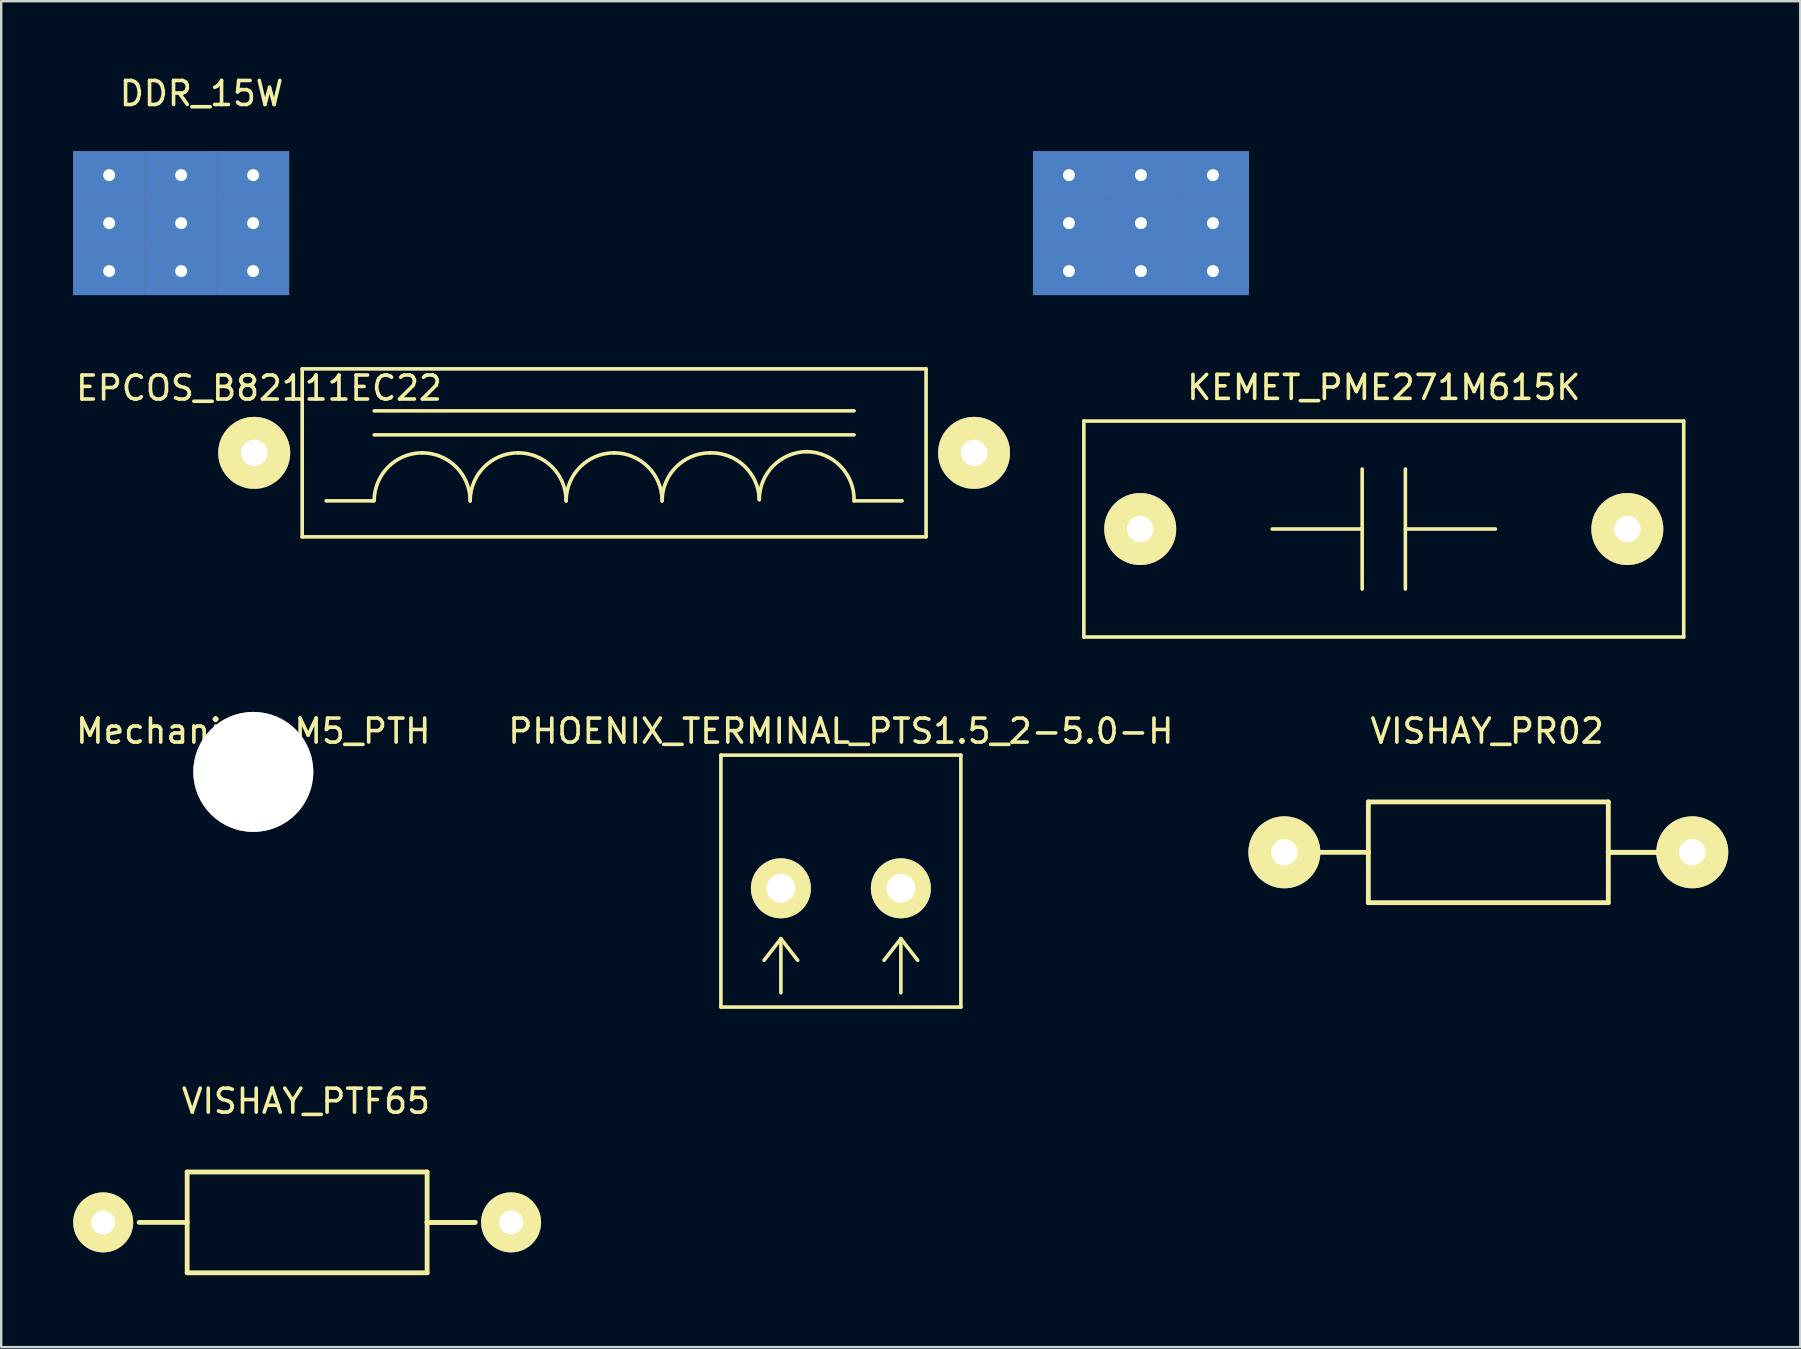
<source format=kicad_pcb>
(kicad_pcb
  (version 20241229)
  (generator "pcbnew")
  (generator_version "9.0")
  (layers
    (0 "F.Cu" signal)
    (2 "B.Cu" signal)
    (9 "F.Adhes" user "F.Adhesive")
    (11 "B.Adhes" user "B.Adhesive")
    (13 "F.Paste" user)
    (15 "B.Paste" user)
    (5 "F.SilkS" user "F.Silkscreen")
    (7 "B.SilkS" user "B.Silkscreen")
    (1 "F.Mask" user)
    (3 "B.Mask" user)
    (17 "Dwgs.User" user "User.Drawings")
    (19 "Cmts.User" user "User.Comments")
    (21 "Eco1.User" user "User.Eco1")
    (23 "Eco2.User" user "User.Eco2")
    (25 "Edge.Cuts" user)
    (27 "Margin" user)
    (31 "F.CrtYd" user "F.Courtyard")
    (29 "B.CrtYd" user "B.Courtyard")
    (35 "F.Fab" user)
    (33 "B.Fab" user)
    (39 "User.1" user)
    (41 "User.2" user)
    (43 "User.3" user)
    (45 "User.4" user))
  (footprint "DDR_15W"
    (layer "F.Cu")
    (at 24.5 6.248)
    (property "Reference" "DDR_15W" (at -19.15 -5.4 0) (layer "F.SilkS") (effects (font (size 1 1) (thickness 0.15))))
    (attr through_hole)
    (pad "" smd rect (at -20 0) (size 9 6) (layers "*.Paste" "*.Mask"))
    (pad "" smd rect (at 20 0) (size 9 6) (layers "*.Paste" "*.Mask"))
    (pad "1" thru_hole rect (at -23 -2) (size 3 2) (drill 0.5) (layers "*.Cu"))
    (pad "1" thru_hole rect (at -23 0) (size 3 2) (drill 0.5) (layers "*.Cu"))
    (pad "1" thru_hole rect (at -23 2) (size 3 2) (drill 0.5) (layers "*.Cu"))
    (pad "1" thru_hole rect (at -20 -2) (size 3 2) (drill 0.5) (layers "*.Cu"))
    (pad "1" thru_hole rect (at -20 0) (size 3 2) (drill 0.5) (layers "*.Cu"))
    (pad "1" thru_hole rect (at -20 2) (size 3 2) (drill 0.5) (layers "*.Cu"))
    (pad "1" thru_hole rect (at -17 -2) (size 3 2) (drill 0.5) (layers "*.Cu"))
    (pad "1" thru_hole rect (at -17 0) (size 3 2) (drill 0.5) (layers "*.Cu"))
    (pad "1" thru_hole rect (at -17 2) (size 3 2) (drill 0.5) (layers "*.Cu"))
    (pad "2" thru_hole rect (at 17 -2) (size 3 2) (drill 0.5) (layers "*.Cu"))
    (pad "2" thru_hole rect (at 17 0) (size 3 2) (drill 0.5) (layers "*.Cu"))
    (pad "2" thru_hole rect (at 17 2) (size 3 2) (drill 0.5) (layers "*.Cu"))
    (pad "2" thru_hole rect (at 20 -2) (size 3 2) (drill 0.5) (layers "*.Cu"))
    (pad "2" thru_hole rect (at 20 0) (size 3 2) (drill 0.5) (layers "*.Cu"))
    (pad "2" thru_hole rect (at 20 2) (size 3 2) (drill 0.5) (layers "*.Cu"))
    (pad "2" thru_hole rect (at 23 -2) (size 3 2) (drill 0.5) (layers "*.Cu"))
    (pad "2" thru_hole rect (at 23 0) (size 3 2) (drill 0.5) (layers "*.Cu"))
    (pad "2" thru_hole rect (at 23 2) (size 3 2) (drill 0.5) (layers "*.Cu")))
  (footprint "PHOENIX_TERMINAL_PTS1.5_2-5.0-H"
    (layer "F.Cu")
    (at 31.994 33.97)
    (property "Reference" "PHOENIX_TERMINAL_PTS1.5_2-5.0-H" (at 0 -6.55 0) (layer "F.SilkS") (effects (font (size 1 1) (thickness 0.15))))
    (attr through_hole)
    (fp_line (start -5 -5.55) (end 5 -5.55) (stroke (width 0.15) (type solid)) (layer "F.SilkS"))
    (fp_line (start -5 4.95) (end -5 -5.55) (stroke (width 0.15) (type solid)) (layer "F.SilkS"))
    (fp_line (start -2.5 2.1) (end -3.2 3) (stroke (width 0.15) (type solid)) (layer "F.SilkS"))
    (fp_line (start -2.5 2.1) (end -1.8 3) (stroke (width 0.15) (type solid)) (layer "F.SilkS"))
    (fp_line (start -2.5 4.35) (end -2.5 2.1) (stroke (width 0.15) (type solid)) (layer "F.SilkS"))
    (fp_line (start 2.5 2.1) (end 1.8 3) (stroke (width 0.15) (type solid)) (layer "F.SilkS"))
    (fp_line (start 2.5 2.1) (end 3.2 3) (stroke (width 0.15) (type solid)) (layer "F.SilkS"))
    (fp_line (start 2.5 4.35) (end 2.5 2.1) (stroke (width 0.15) (type solid)) (layer "F.SilkS"))
    (fp_line (start 5 -5.55) (end 5 4.95) (stroke (width 0.15) (type solid)) (layer "F.SilkS"))
    (fp_line (start 5 4.95) (end -5 4.95) (stroke (width 0.15) (type solid)) (layer "F.SilkS"))
    (pad "1" thru_hole circle (at 2.5 0) (size 2.5 2.5) (drill 1.2) (layers "*.Cu" "*.Mask" "F.SilkS"))
    (pad "2" thru_hole circle (at -2.5 0) (size 2.5 2.5) (drill 1.2) (layers "*.Cu" "*.Mask" "F.SilkS")))
  (footprint "VISHAY_PR02"
    (layer "F.Cu")
    (at 58.976 32.47)
    (property "Reference" "VISHAY_PR02" (at -0.05 -5.05 0) (layer "F.SilkS") (effects (font (size 1 1) (thickness 0.15))))
    (attr through_hole)
    (fp_line (start -7 0) (end -5 0) (stroke (width 0.2) (type solid)) (layer "F.SilkS"))
    (fp_line (start -5 -2.1) (end 5 -2.1) (stroke (width 0.2) (type solid)) (layer "F.SilkS"))
    (fp_line (start -5 0) (end -5 -2.1) (stroke (width 0.2) (type solid)) (layer "F.SilkS"))
    (fp_line (start -5 2.1) (end -5 0) (stroke (width 0.2) (type solid)) (layer "F.SilkS"))
    (fp_line (start 5 -2.1) (end 5 0) (stroke (width 0.2) (type solid)) (layer "F.SilkS"))
    (fp_line (start 5 0) (end 5 2.1) (stroke (width 0.2) (type solid)) (layer "F.SilkS"))
    (fp_line (start 5 0) (end 7 0) (stroke (width 0.2) (type solid)) (layer "F.SilkS"))
    (fp_line (start 5 2.1) (end -5 2.1) (stroke (width 0.2) (type solid)) (layer "F.SilkS"))
    (fp_line (start 7 0) (end 5 0) (stroke (width 0.2) (type solid)) (layer "F.SilkS"))
    (pad "1" thru_hole circle (at -8.5 0) (size 3 3) (drill 1.1) (layers "*.Cu" "*.Mask" "F.SilkS"))
    (pad "2" thru_hole circle (at 8.5 0) (size 3 3) (drill 1.1) (layers "*.Cu" "*.Mask" "F.SilkS")))
  (footprint "VISHAY_PTF65"
    (layer "F.Cu")
    (at 9.75 47.893)
    (property "Reference" "VISHAY_PTF65" (at -0.05 -5.05 0) (layer "F.SilkS") (effects (font (size 1 1) (thickness 0.15))))
    (attr through_hole)
    (fp_line (start -7 0) (end -5 0) (stroke (width 0.2) (type solid)) (layer "F.SilkS"))
    (fp_line (start -5 -2.1) (end 5 -2.1) (stroke (width 0.2) (type solid)) (layer "F.SilkS"))
    (fp_line (start -5 0) (end -5 -2.1) (stroke (width 0.2) (type solid)) (layer "F.SilkS"))
    (fp_line (start -5 2.1) (end -5 0) (stroke (width 0.2) (type solid)) (layer "F.SilkS"))
    (fp_line (start 5 -2.1) (end 5 0) (stroke (width 0.2) (type solid)) (layer "F.SilkS"))
    (fp_line (start 5 0) (end 5 2.1) (stroke (width 0.2) (type solid)) (layer "F.SilkS"))
    (fp_line (start 5 0) (end 7 0) (stroke (width 0.2) (type solid)) (layer "F.SilkS"))
    (fp_line (start 5 2.1) (end -5 2.1) (stroke (width 0.2) (type solid)) (layer "F.SilkS"))
    (fp_line (start 7 0) (end 5 0) (stroke (width 0.2) (type solid)) (layer "F.SilkS"))
    (pad "1" thru_hole circle (at -8.5 0) (size 2.5 2.5) (drill 1) (layers "*.Cu" "*.Mask" "F.SilkS"))
    (pad "2" thru_hole circle (at 8.5 0) (size 2.5 2.5) (drill 1) (layers "*.Cu" "*.Mask" "F.SilkS")))
  (footprint "KEMET_PME271M615K"
    (layer "F.Cu")
    (at 54.619 18.997)
    (property "Reference" "KEMET_PME271M615K" (at 0 -5.9 0) (layer "F.SilkS") (effects (font (size 1 1) (thickness 0.15))))
    (attr through_hole)
    (fp_line (start -12.5 -4.5) (end 12.5 -4.5) (stroke (width 0.15) (type solid)) (layer "F.SilkS"))
    (fp_line (start -12.5 4.5) (end -12.5 -4.5) (stroke (width 0.15) (type solid)) (layer "F.SilkS"))
    (fp_line (start -4.65 0) (end -0.9 0) (stroke (width 0.15) (type solid)) (layer "F.SilkS"))
    (fp_line (start -0.9 -2.5) (end -0.9 2.5) (stroke (width 0.15) (type solid)) (layer "F.SilkS"))
    (fp_line (start 0.9 -2.5) (end 0.9 2.5) (stroke (width 0.15) (type solid)) (layer "F.SilkS"))
    (fp_line (start 0.9 0) (end 4.65 0) (stroke (width 0.15) (type solid)) (layer "F.SilkS"))
    (fp_line (start 12.5 -4.5) (end 12.5 4.5) (stroke (width 0.15) (type solid)) (layer "F.SilkS"))
    (fp_line (start 12.5 4.5) (end -12.5 4.5) (stroke (width 0.15) (type solid)) (layer "F.SilkS"))
    (pad "1" thru_hole circle (at -10.15 0) (size 3 3) (drill 1.1) (layers "*.Cu" "*.Mask" "F.SilkS"))
    (pad "2" thru_hole circle (at 10.15 0) (size 3 3) (drill 1.1) (layers "*.Cu" "*.Mask" "F.SilkS")))
  (footprint "EPCOS_B82111EC22"
    (layer "F.Cu")
    (at 22.544 15.823)
    (property "Reference" "EPCOS_B82111EC22" (at -14.8 -2.7 0) (layer "F.SilkS") (effects (font (size 1 1) (thickness 0.15))))
    (attr through_hole)
    (fp_line (start -13 -3.5) (end 13 -3.5) (stroke (width 0.15) (type solid)) (layer "F.SilkS"))
    (fp_line (start -13 3.5) (end -13 -3.5) (stroke (width 0.15) (type solid)) (layer "F.SilkS"))
    (fp_line (start -10.05 2) (end -12 2) (stroke (width 0.15) (type solid)) (layer "F.SilkS"))
    (fp_line (start -10 -0.75) (end 10 -0.75) (stroke (width 0.15) (type solid)) (layer "F.SilkS"))
    (fp_line (start 10 -1.75) (end -10 -1.75) (stroke (width 0.15) (type solid)) (layer "F.SilkS"))
    (fp_line (start 10 2) (end 12 2) (stroke (width 0.15) (type solid)) (layer "F.SilkS"))
    (fp_line (start 13 -3.5) (end 13 3.5) (stroke (width 0.15) (type solid)) (layer "F.SilkS"))
    (fp_line (start 13 3.5) (end -13 3.5) (stroke (width 0.15) (type solid)) (layer "F.SilkS"))
    (fp_arc (start -10 2) (mid -9.414214 0.585786) (end -8 0) (stroke (width 0.15) (type solid)) (layer "F.SilkS"))
    (fp_arc (start -8 0) (mid -6.585786 0.585786) (end -6 2) (stroke (width 0.15) (type solid)) (layer "F.SilkS"))
    (fp_arc (start -6 2) (mid -5.414214 0.585786) (end -4 0) (stroke (width 0.15) (type solid)) (layer "F.SilkS"))
    (fp_arc (start -4 0) (mid -2.585786 0.585786) (end -2 2) (stroke (width 0.15) (type solid)) (layer "F.SilkS"))
    (fp_arc (start -2 2) (mid -1.414214 0.585786) (end 0 0) (stroke (width 0.15) (type solid)) (layer "F.SilkS"))
    (fp_arc (start 0 0) (mid 1.414214 0.585786) (end 2 2) (stroke (width 0.15) (type solid)) (layer "F.SilkS"))
    (fp_arc (start 2 2) (mid 2.585786 0.585786) (end 4 0) (stroke (width 0.15) (type solid)) (layer "F.SilkS"))
    (fp_arc (start 4 0) (mid 5.428858 0.550431) (end 6.05 1.95) (stroke (width 0.15) (type solid)) (layer "F.SilkS"))
    (fp_arc (start 6.05 1.95) (mid 6.635786 0.535786) (end 8.05 -0.05) (stroke (width 0.15) (type solid)) (layer "F.SilkS"))
    (fp_arc (start 8.05 -0.05) (mid 9.449569 0.571142) (end 10 2) (stroke (width 0.15) (type solid)) (layer "F.SilkS"))
    (pad "1" thru_hole circle (at -15 0) (size 3 3) (drill 1.1) (layers "*.Cu" "*.Mask" "F.SilkS"))
    (pad "2" thru_hole circle (at 15 0) (size 3 3) (drill 1.1) (layers "*.Cu" "*.Mask" "F.SilkS")))
  (footprint "Mechanical_M5_PTH"
    (layer "F.Cu")
    (at 7.506 29.12)
    (property "Reference" "Mechanical_M5_PTH" (at 0 -1.7 0) (layer "F.SilkS") (effects (font (size 1 1) (thickness 0.15))))
    (attr through_hole)
    (pad "1" thru_hole circle (at 0 0) (size 5 5) (drill 5) (layers "*.Cu" "F.Mask")))
  (gr_rect
    (start -3 -3)
    (end 71.976 53.093)
    (stroke (width 0.1) (type default))
    (fill no)
    (layer "Edge.Cuts")))
</source>
